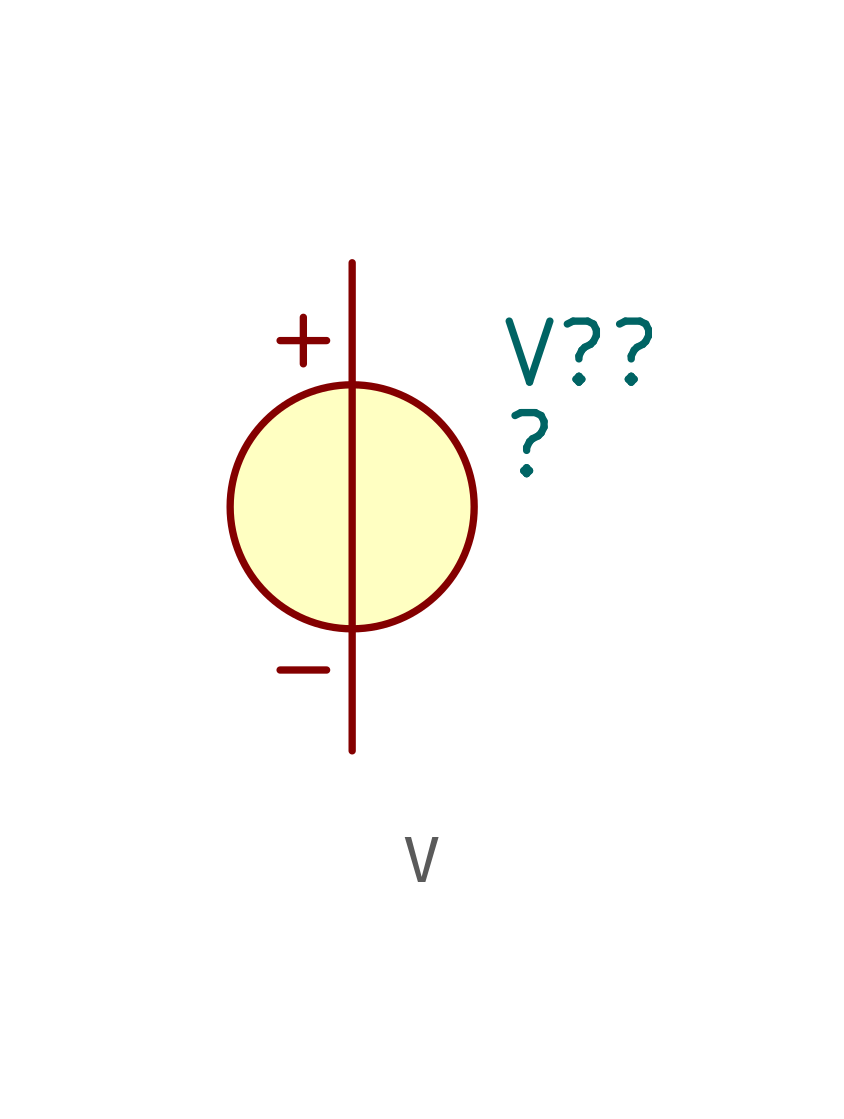
<source format=kicad_sym>
(kicad_symbol_lib
  (version 20241209)
  (generator "kicad_symbol_editor")
  (generator_version "9.0")
  (symbol "V"
    (pin_numbers
      (hide yes))
    (pin_names
      (offset 0)
      (hide yes))
    (property "Reference" "V?"
      (at 3.048 3.175 0)
      (effects (font (size 1.27 1.27)) (justify left)))
    (property "Value" "?"
      (at 3.048 1.27 0)
      (effects (font (size 1.27 1.27)) (justify left)))
    (symbol "V_0_0"
      (text "+" (at -1.016 3.556 0) (effects (font (size 1.27 1.27))))
      (text "-" (at -1.016 -3.302 0) (effects (font (size 1.27 1.27))))
      (pin power_out line (at 0 5.08 270) (length 2.54) (name "p" (effects (font (size 1.27 1.27)))) (number "1" (effects (font (size 1.27 1.27)))))
      (pin power_out line (at 0 -5.08 90) (length 2.54) (name "n" (effects (font (size 1.27 1.27)))) (number "2" (effects (font (size 1.27 1.27))))))
    (symbol "V_0_1"
      (polyline (pts (xy 0 2.54) (xy 0 -2.54)) (stroke (width 0) (type solid)) (fill (type none))))
    (symbol "V_1_0"
      (circle (center 0 0) (radius 2.54) (stroke (width 0) (type solid)) (fill (type background))))))
</source>
